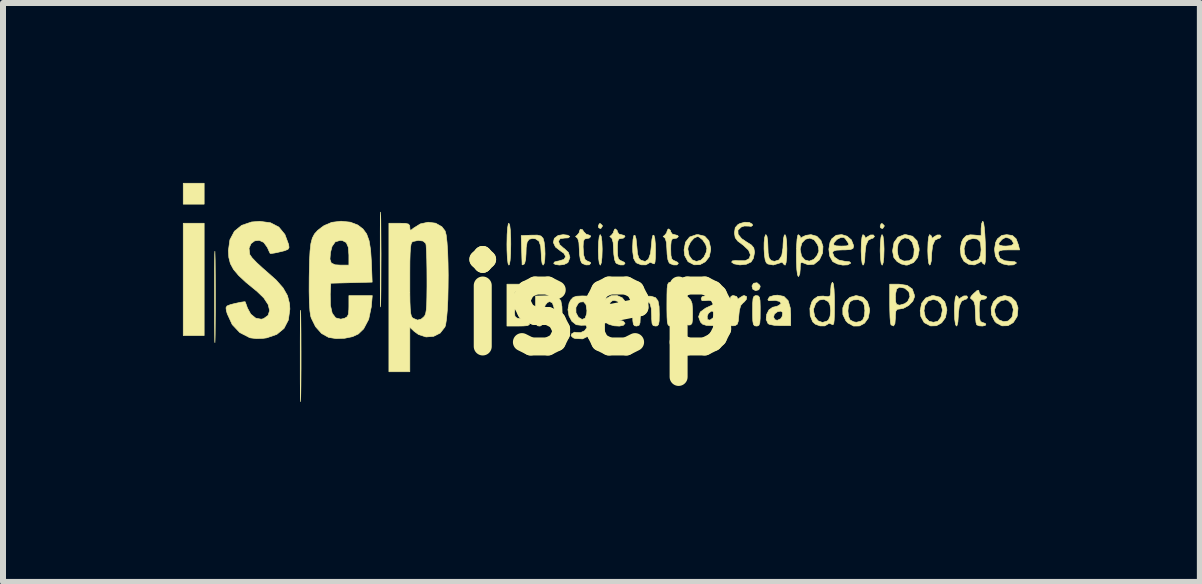
<source format=kicad_pcb>
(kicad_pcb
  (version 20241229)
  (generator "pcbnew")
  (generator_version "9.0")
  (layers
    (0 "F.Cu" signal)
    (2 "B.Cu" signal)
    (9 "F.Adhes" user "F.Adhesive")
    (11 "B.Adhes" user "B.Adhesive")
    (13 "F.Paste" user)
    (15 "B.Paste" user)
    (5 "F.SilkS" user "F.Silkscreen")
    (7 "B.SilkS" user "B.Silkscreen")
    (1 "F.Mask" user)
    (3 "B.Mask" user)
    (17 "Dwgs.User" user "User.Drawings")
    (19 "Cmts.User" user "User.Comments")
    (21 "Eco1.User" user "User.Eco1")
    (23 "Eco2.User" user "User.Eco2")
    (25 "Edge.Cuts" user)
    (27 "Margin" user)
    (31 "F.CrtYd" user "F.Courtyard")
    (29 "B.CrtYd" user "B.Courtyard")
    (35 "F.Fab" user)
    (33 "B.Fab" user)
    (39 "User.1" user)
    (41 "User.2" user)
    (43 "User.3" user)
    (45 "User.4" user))
  (footprint "isep"
    (layer "F.Cu")
    (at 6.958 2.037)
    (property "Reference" "isep" (at 0 0 0) (layer "F.SilkS") (effects (font (size 1.524 1.524) (thickness 0.3))))
    (attr through_hole)
    (fp_poly (pts (xy -6.604 -1.683) (xy -6.953 -1.683) (xy -6.953 -2.032) (xy -6.604 -2.032) (xy -6.604 -1.683)) (stroke (width 0.01) (type solid)) (fill yes) (layer "F.SilkS"))
    (fp_poly (pts (xy -6.604 0.508) (xy -6.953 0.508) (xy -6.953 -1.365) (xy -6.604 -1.365) (xy -6.604 0.508)) (stroke (width 0.01) (type solid)) (fill yes) (layer "F.SilkS"))
    (fp_poly (pts (xy 0.035 -1.326) (xy 0.037 -1.318) (xy 0.012 -1.28) (xy 0.002 -1.276) (xy -0.027 -1.291) (xy -0.032 -1.318) (xy -0.016 -1.357) (xy 0.002 -1.359) (xy 0.035 -1.326)) (stroke (width 0.01) (type solid)) (fill yes) (layer "F.SilkS"))
    (fp_poly (pts (xy 4.734 -1.326) (xy 4.736 -1.318) (xy 4.711 -1.28) (xy 4.701 -1.276) (xy 4.672 -1.291) (xy 4.667 -1.318) (xy 4.683 -1.357) (xy 4.701 -1.359) (xy 4.734 -1.326)) (stroke (width 0.01) (type solid)) (fill yes) (layer "F.SilkS"))
    (fp_poly (pts (xy 2.616 -0.371) (xy 2.66 -0.331) (xy 2.667 -0.306) (xy 2.643 -0.256) (xy 2.59 -0.241) (xy 2.544 -0.265) (xy 2.529 -0.319) (xy 2.556 -0.364) (xy 2.61 -0.373) (xy 2.616 -0.371)) (stroke (width 0.01) (type solid)) (fill yes) (layer "F.SilkS"))
    (fp_poly (pts (xy -1.51 -1.335) (xy -1.499 -1.249) (xy -1.493 -1.116) (xy -1.492 -1.016) (xy -1.495 -0.858) (xy -1.503 -0.743) (xy -1.515 -0.678) (xy -1.524 -0.667) (xy -1.538 -0.697) (xy -1.549 -0.783) (xy -1.555 -0.916) (xy -1.556 -1.016) (xy -1.553 -1.174) (xy -1.545 -1.289) (xy -1.533 -1.354) (xy -1.524 -1.365) (xy -1.51 -1.335)) (stroke (width 0.01) (type solid)) (fill yes) (layer "F.SilkS"))
    (fp_poly (pts (xy 0.016 -1.145) (xy 0.027 -1.064) (xy 0.032 -0.943) (xy 0.032 -0.921) (xy 0.028 -0.795) (xy 0.018 -0.707) (xy 0.003 -0.668) (xy 0 -0.667) (xy -0.016 -0.696) (xy -0.027 -0.778) (xy -0.032 -0.898) (xy -0.032 -0.921) (xy -0.028 -1.047) (xy -0.018 -1.135) (xy -0.003 -1.174) (xy 0 -1.175) (xy 0.016 -1.145)) (stroke (width 0.01) (type solid)) (fill yes) (layer "F.SilkS"))
    (fp_poly (pts (xy 4.715 -1.145) (xy 4.726 -1.064) (xy 4.731 -0.943) (xy 4.731 -0.921) (xy 4.727 -0.795) (xy 4.717 -0.707) (xy 4.702 -0.668) (xy 4.699 -0.667) (xy 4.683 -0.696) (xy 4.672 -0.778) (xy 4.667 -0.898) (xy 4.667 -0.921) (xy 4.671 -1.047) (xy 4.681 -1.135) (xy 4.696 -1.174) (xy 4.699 -1.175) (xy 4.715 -1.145)) (stroke (width 0.01) (type solid)) (fill yes) (layer "F.SilkS"))
    (fp_poly (pts (xy 2.635 -0.153) (xy 2.654 -0.129) (xy 2.664 -0.073) (xy 2.667 0.028) (xy 2.667 0.095) (xy 2.666 0.222) (xy 2.66 0.298) (xy 2.645 0.336) (xy 2.62 0.348) (xy 2.603 0.349) (xy 2.572 0.344) (xy 2.553 0.32) (xy 2.543 0.263) (xy 2.54 0.162) (xy 2.54 0.095) (xy 2.541 -0.031) (xy 2.547 -0.107) (xy 2.562 -0.145) (xy 2.587 -0.158) (xy 2.603 -0.159) (xy 2.635 -0.153)) (stroke (width 0.01) (type solid)) (fill yes) (layer "F.SilkS"))
    (fp_poly (pts (xy -6.425 -0.892) (xy -6.423 -0.827) (xy -6.421 -0.752) (xy -6.419 -0.5) (xy -6.418 -0.214) (xy -6.418 0.078) (xy -6.42 0.349) (xy -6.421 0.486) (xy -6.423 0.587) (xy -6.425 0.626) (xy -6.427 0.608) (xy -6.428 0.536) (xy -6.429 0.412) (xy -6.43 0.239) (xy -6.431 0.02) (xy -6.431 -0.143) (xy -6.431 -0.388) (xy -6.43 -0.59) (xy -6.429 -0.743) (xy -6.428 -0.847) (xy -6.426 -0.897) (xy -6.425 -0.892)) (stroke (width 0.01) (type solid)) (fill yes) (layer "F.SilkS"))
    (fp_poly (pts (xy -4.996 0.093) (xy -4.994 0.157) (xy -4.993 0.232) (xy -4.99 0.484) (xy -4.989 0.77) (xy -4.989 1.062) (xy -4.991 1.333) (xy -4.993 1.471) (xy -4.995 1.571) (xy -4.997 1.61) (xy -4.998 1.593) (xy -5 1.52) (xy -5.001 1.396) (xy -5.002 1.223) (xy -5.002 1.005) (xy -5.002 0.841) (xy -5.002 0.596) (xy -5.001 0.395) (xy -5 0.241) (xy -4.999 0.138) (xy -4.998 0.087) (xy -4.996 0.093)) (stroke (width 0.01) (type solid)) (fill yes) (layer "F.SilkS"))
    (fp_poly (pts (xy -3.661 -1.493) (xy -3.659 -1.405) (xy -3.657 -1.148) (xy -3.655 -0.855) (xy -3.656 -0.553) (xy -3.657 -0.271) (xy -3.659 -0.119) (xy -3.661 -0.014) (xy -3.663 0.03) (xy -3.665 0.016) (xy -3.666 -0.052) (xy -3.667 -0.173) (xy -3.668 -0.343) (xy -3.668 -0.559) (xy -3.669 -0.762) (xy -3.668 -1.013) (xy -3.668 -1.22) (xy -3.667 -1.38) (xy -3.666 -1.49) (xy -3.664 -1.548) (xy -3.663 -1.55) (xy -3.661 -1.493)) (stroke (width 0.01) (type solid)) (fill yes) (layer "F.SilkS"))
    (fp_poly (pts (xy 4.411 -1.15) (xy 4.413 -1.137) (xy 4.423 -1.115) (xy 4.451 -1.137) (xy 4.505 -1.169) (xy 4.554 -1.17) (xy 4.572 -1.143) (xy 4.546 -1.115) (xy 4.525 -1.111) (xy 4.468 -1.082) (xy 4.43 -0.997) (xy 4.414 -0.862) (xy 4.413 -0.828) (xy 4.408 -0.736) (xy 4.393 -0.678) (xy 4.381 -0.667) (xy 4.366 -0.696) (xy 4.355 -0.778) (xy 4.35 -0.898) (xy 4.35 -0.921) (xy 4.353 -1.047) (xy 4.364 -1.135) (xy 4.379 -1.174) (xy 4.381 -1.175) (xy 4.411 -1.15)) (stroke (width 0.01) (type solid)) (fill yes) (layer "F.SilkS"))
    (fp_poly (pts (xy 5.523 -1.15) (xy 5.524 -1.137) (xy 5.534 -1.115) (xy 5.563 -1.137) (xy 5.616 -1.169) (xy 5.665 -1.17) (xy 5.683 -1.143) (xy 5.658 -1.115) (xy 5.637 -1.111) (xy 5.58 -1.082) (xy 5.542 -0.997) (xy 5.525 -0.862) (xy 5.524 -0.828) (xy 5.519 -0.736) (xy 5.504 -0.678) (xy 5.493 -0.667) (xy 5.477 -0.696) (xy 5.466 -0.778) (xy 5.461 -0.898) (xy 5.461 -0.921) (xy 5.465 -1.047) (xy 5.475 -1.135) (xy 5.49 -1.174) (xy 5.493 -1.175) (xy 5.523 -1.15)) (stroke (width 0.01) (type solid)) (fill yes) (layer "F.SilkS"))
    (fp_poly (pts (xy 5.967 -0.134) (xy 5.969 -0.121) (xy 5.978 -0.099) (xy 6.007 -0.121) (xy 6.061 -0.153) (xy 6.11 -0.154) (xy 6.128 -0.127) (xy 6.102 -0.099) (xy 6.081 -0.095) (xy 6.024 -0.066) (xy 5.986 0.019) (xy 5.97 0.154) (xy 5.969 0.188) (xy 5.963 0.28) (xy 5.949 0.338) (xy 5.937 0.349) (xy 5.922 0.32) (xy 5.91 0.238) (xy 5.906 0.118) (xy 5.905 0.095) (xy 5.909 -0.031) (xy 5.919 -0.119) (xy 5.934 -0.158) (xy 5.937 -0.159) (xy 5.967 -0.134)) (stroke (width 0.01) (type solid)) (fill yes) (layer "F.SilkS"))
    (fp_poly (pts (xy 2.441 -0.14) (xy 2.436 -0.096) (xy 2.394 -0.047) (xy 2.383 -0.04) (xy 2.342 0.006) (xy 2.319 0.088) (xy 2.311 0.166) (xy 2.302 0.265) (xy 2.285 0.318) (xy 2.251 0.34) (xy 2.23 0.344) (xy 2.195 0.345) (xy 2.174 0.33) (xy 2.163 0.285) (xy 2.159 0.198) (xy 2.159 0.097) (xy 2.16 -0.03) (xy 2.166 -0.106) (xy 2.18 -0.145) (xy 2.205 -0.158) (xy 2.223 -0.159) (xy 2.274 -0.143) (xy 2.286 -0.121) (xy 2.295 -0.099) (xy 2.324 -0.121) (xy 2.38 -0.155) (xy 2.403 -0.159) (xy 2.441 -0.14)) (stroke (width 0.01) (type solid)) (fill yes) (layer "F.SilkS"))
    (fp_poly (pts (xy -0.545 -1.166) (xy -0.509 -1.146) (xy -0.508 -1.142) (xy -0.535 -1.121) (xy -0.595 -1.118) (xy -0.668 -1.108) (xy -0.696 -1.066) (xy -0.678 -1.009) (xy -0.613 -0.951) (xy -0.604 -0.946) (xy -0.531 -0.878) (xy -0.506 -0.796) (xy -0.535 -0.717) (xy -0.546 -0.705) (xy -0.604 -0.677) (xy -0.682 -0.668) (xy -0.751 -0.678) (xy -0.777 -0.696) (xy -0.762 -0.719) (xy -0.702 -0.735) (xy -0.691 -0.736) (xy -0.606 -0.762) (xy -0.577 -0.808) (xy -0.606 -0.864) (xy -0.661 -0.902) (xy -0.747 -0.969) (xy -0.782 -1.044) (xy -0.766 -1.113) (xy -0.703 -1.161) (xy -0.618 -1.175) (xy -0.545 -1.166)) (stroke (width 0.01) (type solid)) (fill yes) (layer "F.SilkS"))
    (fp_poly (pts (xy -0.773 -0.15) (xy -0.699 -0.126) (xy -0.657 -0.071) (xy -0.639 0.026) (xy -0.635 0.157) (xy -0.637 0.264) (xy -0.647 0.322) (xy -0.67 0.346) (xy -0.699 0.349) (xy -0.736 0.341) (xy -0.755 0.307) (xy -0.762 0.231) (xy -0.762 0.183) (xy -0.771 0.043) (xy -0.798 -0.037) (xy -0.843 -0.059) (xy -0.88 -0.044) (xy -0.918 0.001) (xy -0.939 0.089) (xy -0.946 0.17) (xy -0.955 0.273) (xy -0.97 0.328) (xy -0.998 0.348) (xy -1.018 0.349) (xy -1.049 0.343) (xy -1.067 0.318) (xy -1.076 0.259) (xy -1.079 0.155) (xy -1.079 0.099) (xy -1.079 -0.152) (xy -0.89 -0.155) (xy -0.773 -0.15)) (stroke (width 0.01) (type solid)) (fill yes) (layer "F.SilkS"))
    (fp_poly (pts (xy 5.667 -0.131) (xy 5.743 -0.055) (xy 5.777 0.061) (xy 5.779 0.089) (xy 5.755 0.208) (xy 5.692 0.295) (xy 5.605 0.344) (xy 5.507 0.347) (xy 5.411 0.298) (xy 5.397 0.286) (xy 5.344 0.188) (xy 5.334 0.095) (xy 5.397 0.095) (xy 5.42 0.204) (xy 5.482 0.269) (xy 5.554 0.286) (xy 5.627 0.27) (xy 5.673 0.213) (xy 5.683 0.191) (xy 5.705 0.082) (xy 5.683 -0.013) (xy 5.625 -0.076) (xy 5.554 -0.095) (xy 5.465 -0.068) (xy 5.411 0.008) (xy 5.397 0.095) (xy 5.334 0.095) (xy 5.358 -0.031) (xy 5.425 -0.118) (xy 5.528 -0.157) (xy 5.556 -0.159) (xy 5.667 -0.131)) (stroke (width 0.01) (type solid)) (fill yes) (layer "F.SilkS"))
    (fp_poly (pts (xy -0.989 -1.152) (xy -0.956 -1.117) (xy -0.953 -1.113) (xy -0.936 -1.051) (xy -0.925 -0.959) (xy -0.921 -0.856) (xy -0.925 -0.76) (xy -0.936 -0.691) (xy -0.953 -0.667) (xy -0.97 -0.696) (xy -0.981 -0.77) (xy -0.984 -0.851) (xy -0.993 -0.985) (xy -1.023 -1.067) (xy -1.079 -1.105) (xy -1.13 -1.111) (xy -1.186 -1.098) (xy -1.219 -1.051) (xy -1.235 -0.959) (xy -1.238 -0.857) (xy -1.244 -0.763) (xy -1.26 -0.698) (xy -1.27 -0.683) (xy -1.301 -0.671) (xy -1.303 -0.673) (xy -1.304 -0.707) (xy -1.307 -0.788) (xy -1.31 -0.9) (xy -1.311 -0.921) (xy -1.318 -1.159) (xy -1.152 -1.166) (xy -1.048 -1.167) (xy -0.989 -1.152)) (stroke (width 0.01) (type solid)) (fill yes) (layer "F.SilkS"))
    (fp_poly (pts (xy 0.847 -0.148) (xy 0.921 -0.125) (xy 0.963 -0.07) (xy 0.981 0.026) (xy 0.984 0.157) (xy 0.982 0.264) (xy 0.972 0.322) (xy 0.95 0.346) (xy 0.921 0.349) (xy 0.882 0.341) (xy 0.863 0.305) (xy 0.857 0.226) (xy 0.857 0.193) (xy 0.851 0.055) (xy 0.829 -0.027) (xy 0.791 -0.062) (xy 0.776 -0.064) (xy 0.721 -0.034) (xy 0.684 0.048) (xy 0.667 0.174) (xy 0.667 0.204) (xy 0.663 0.294) (xy 0.646 0.337) (xy 0.609 0.349) (xy 0.603 0.349) (xy 0.571 0.344) (xy 0.552 0.319) (xy 0.543 0.262) (xy 0.54 0.16) (xy 0.54 0.1) (xy 0.54 -0.15) (xy 0.73 -0.152) (xy 0.847 -0.148)) (stroke (width 0.01) (type solid)) (fill yes) (layer "F.SilkS"))
    (fp_poly (pts (xy -0.298 -1.259) (xy -0.274 -1.222) (xy -0.232 -1.18) (xy -0.207 -1.175) (xy -0.164 -1.158) (xy -0.159 -1.143) (xy -0.185 -1.117) (xy -0.222 -1.111) (xy -0.262 -1.102) (xy -0.281 -1.062) (xy -0.286 -0.977) (xy -0.286 -0.971) (xy -0.278 -0.837) (xy -0.253 -0.759) (xy -0.21 -0.731) (xy -0.203 -0.73) (xy -0.163 -0.712) (xy -0.159 -0.699) (xy -0.183 -0.672) (xy -0.238 -0.67) (xy -0.296 -0.693) (xy -0.311 -0.705) (xy -0.332 -0.756) (xy -0.346 -0.847) (xy -0.349 -0.924) (xy -0.356 -1.043) (xy -0.376 -1.112) (xy -0.389 -1.124) (xy -0.412 -1.145) (xy -0.389 -1.162) (xy -0.352 -1.206) (xy -0.349 -1.225) (xy -0.333 -1.266) (xy -0.298 -1.259)) (stroke (width 0.01) (type solid)) (fill yes) (layer "F.SilkS"))
    (fp_poly (pts (xy 0.909 -1.115) (xy 0.919 -1.013) (xy 0.921 -0.917) (xy 0.919 -0.79) (xy 0.913 -0.717) (xy 0.901 -0.688) (xy 0.881 -0.692) (xy 0.876 -0.696) (xy 0.829 -0.715) (xy 0.811 -0.7) (xy 0.76 -0.671) (xy 0.684 -0.672) (xy 0.61 -0.7) (xy 0.59 -0.717) (xy 0.557 -0.778) (xy 0.542 -0.887) (xy 0.54 -0.971) (xy 0.546 -1.095) (xy 0.56 -1.16) (xy 0.579 -1.164) (xy 0.597 -1.107) (xy 0.609 -0.987) (xy 0.61 -0.98) (xy 0.621 -0.856) (xy 0.644 -0.782) (xy 0.675 -0.75) (xy 0.749 -0.727) (xy 0.803 -0.765) (xy 0.838 -0.862) (xy 0.851 -0.98) (xy 0.862 -1.101) (xy 0.877 -1.162) (xy 0.894 -1.166) (xy 0.909 -1.115)) (stroke (width 0.01) (type solid)) (fill yes) (layer "F.SilkS"))
    (fp_poly (pts (xy 6.318 -0.209) (xy 6.318 -0.206) (xy 6.345 -0.168) (xy 6.382 -0.159) (xy 6.433 -0.145) (xy 6.445 -0.127) (xy 6.419 -0.101) (xy 6.382 -0.095) (xy 6.346 -0.088) (xy 6.327 -0.058) (xy 6.319 0.011) (xy 6.318 0.095) (xy 6.322 0.207) (xy 6.336 0.267) (xy 6.362 0.286) (xy 6.364 0.286) (xy 6.418 0.305) (xy 6.429 0.318) (xy 6.419 0.339) (xy 6.372 0.349) (xy 6.315 0.345) (xy 6.276 0.328) (xy 6.264 0.287) (xy 6.257 0.203) (xy 6.255 0.123) (xy 6.249 0.006) (xy 6.23 -0.061) (xy 6.203 -0.089) (xy 6.172 -0.115) (xy 6.183 -0.147) (xy 6.219 -0.186) (xy 6.28 -0.241) (xy 6.31 -0.248) (xy 6.318 -0.209)) (stroke (width 0.01) (type solid)) (fill yes) (layer "F.SilkS"))
    (fp_poly (pts (xy 6.853 -0.132) (xy 6.929 -0.059) (xy 6.965 0.046) (xy 6.954 0.172) (xy 6.948 0.193) (xy 6.886 0.291) (xy 6.798 0.343) (xy 6.698 0.346) (xy 6.604 0.297) (xy 6.575 0.266) (xy 6.522 0.158) (xy 6.519 0.095) (xy 6.572 0.095) (xy 6.595 0.186) (xy 6.652 0.248) (xy 6.726 0.276) (xy 6.801 0.265) (xy 6.859 0.21) (xy 6.871 0.183) (xy 6.887 0.074) (xy 6.86 -0.019) (xy 6.798 -0.078) (xy 6.757 -0.089) (xy 6.675 -0.07) (xy 6.607 -0.008) (xy 6.573 0.078) (xy 6.572 0.095) (xy 6.519 0.095) (xy 6.517 0.046) (xy 6.555 -0.054) (xy 6.63 -0.128) (xy 6.735 -0.159) (xy 6.744 -0.159) (xy 6.853 -0.132)) (stroke (width 0.01) (type solid)) (fill yes) (layer "F.SilkS"))
    (fp_poly (pts (xy 0.282 -1.244) (xy 0.286 -1.222) (xy 0.312 -1.184) (xy 0.349 -1.175) (xy 0.401 -1.161) (xy 0.413 -1.143) (xy 0.386 -1.117) (xy 0.349 -1.111) (xy 0.313 -1.104) (xy 0.294 -1.071) (xy 0.287 -0.999) (xy 0.286 -0.934) (xy 0.289 -0.829) (xy 0.303 -0.772) (xy 0.332 -0.745) (xy 0.349 -0.739) (xy 0.401 -0.714) (xy 0.413 -0.695) (xy 0.388 -0.67) (xy 0.334 -0.67) (xy 0.276 -0.692) (xy 0.26 -0.705) (xy 0.239 -0.756) (xy 0.226 -0.847) (xy 0.222 -0.924) (xy 0.215 -1.043) (xy 0.195 -1.112) (xy 0.183 -1.124) (xy 0.159 -1.145) (xy 0.183 -1.162) (xy 0.219 -1.206) (xy 0.222 -1.225) (xy 0.24 -1.266) (xy 0.254 -1.27) (xy 0.282 -1.244)) (stroke (width 0.01) (type solid)) (fill yes) (layer "F.SilkS"))
    (fp_poly (pts (xy 1.171 -1.244) (xy 1.175 -1.222) (xy 1.201 -1.184) (xy 1.238 -1.175) (xy 1.29 -1.161) (xy 1.302 -1.143) (xy 1.275 -1.117) (xy 1.238 -1.111) (xy 1.202 -1.104) (xy 1.183 -1.071) (xy 1.176 -0.999) (xy 1.175 -0.934) (xy 1.178 -0.829) (xy 1.192 -0.772) (xy 1.221 -0.745) (xy 1.238 -0.739) (xy 1.29 -0.714) (xy 1.302 -0.695) (xy 1.277 -0.67) (xy 1.223 -0.67) (xy 1.165 -0.692) (xy 1.149 -0.705) (xy 1.128 -0.756) (xy 1.115 -0.847) (xy 1.111 -0.924) (xy 1.104 -1.043) (xy 1.084 -1.112) (xy 1.072 -1.124) (xy 1.048 -1.145) (xy 1.072 -1.162) (xy 1.108 -1.206) (xy 1.111 -1.225) (xy 1.129 -1.266) (xy 1.143 -1.27) (xy 1.171 -1.244)) (stroke (width 0.01) (type solid)) (fill yes) (layer "F.SilkS"))
    (fp_poly (pts (xy 1.741 -1.149) (xy 1.811 -1.073) (xy 1.841 -0.95) (xy 1.841 -0.919) (xy 1.817 -0.806) (xy 1.752 -0.723) (xy 1.663 -0.675) (xy 1.565 -0.672) (xy 1.471 -0.72) (xy 1.46 -0.73) (xy 1.407 -0.828) (xy 1.397 -0.921) (xy 1.4 -0.935) (xy 1.46 -0.935) (xy 1.481 -0.827) (xy 1.532 -0.756) (xy 1.603 -0.728) (xy 1.678 -0.75) (xy 1.729 -0.801) (xy 1.767 -0.882) (xy 1.778 -0.944) (xy 1.757 -1.014) (xy 1.708 -1.086) (xy 1.649 -1.135) (xy 1.619 -1.143) (xy 1.562 -1.116) (xy 1.505 -1.052) (xy 1.467 -0.974) (xy 1.46 -0.935) (xy 1.4 -0.935) (xy 1.421 -1.049) (xy 1.489 -1.135) (xy 1.598 -1.173) (xy 1.633 -1.175) (xy 1.741 -1.149)) (stroke (width 0.01) (type solid)) (fill yes) (layer "F.SilkS"))
    (fp_poly (pts (xy 4.381 -0.132) (xy 4.456 -0.055) (xy 4.49 0.063) (xy 4.491 0.095) (xy 4.468 0.216) (xy 4.406 0.302) (xy 4.32 0.348) (xy 4.223 0.349) (xy 4.129 0.298) (xy 4.095 0.262) (xy 4.045 0.157) (xy 4.044 0.098) (xy 4.129 0.098) (xy 4.139 0.19) (xy 4.166 0.248) (xy 4.227 0.279) (xy 4.27 0.286) (xy 4.343 0.269) (xy 4.375 0.248) (xy 4.403 0.185) (xy 4.412 0.092) (xy 4.402 0.001) (xy 4.375 -0.057) (xy 4.303 -0.091) (xy 4.217 -0.086) (xy 4.166 -0.057) (xy 4.138 0.006) (xy 4.129 0.098) (xy 4.044 0.098) (xy 4.044 0.046) (xy 4.084 -0.054) (xy 4.159 -0.128) (xy 4.262 -0.159) (xy 4.27 -0.159) (xy 4.381 -0.132)) (stroke (width 0.01) (type solid)) (fill yes) (layer "F.SilkS"))
    (fp_poly (pts (xy -1.25 -0.345) (xy -1.193 -0.332) (xy -1.182 -0.31) (xy -1.22 -0.281) (xy -1.295 -0.262) (xy -1.312 -0.26) (xy -1.389 -0.248) (xy -1.422 -0.219) (xy -1.429 -0.157) (xy -1.422 -0.094) (xy -1.39 -0.068) (xy -1.318 -0.064) (xy -1.235 -0.053) (xy -1.207 -0.02) (xy -1.206 -0.016) (xy -1.231 0.019) (xy -1.308 0.032) (xy -1.318 0.032) (xy -1.392 0.037) (xy -1.423 0.064) (xy -1.429 0.125) (xy -1.422 0.187) (xy -1.39 0.216) (xy -1.313 0.228) (xy -1.31 0.228) (xy -1.219 0.248) (xy -1.182 0.289) (xy -1.181 0.294) (xy -1.183 0.325) (xy -1.214 0.342) (xy -1.286 0.348) (xy -1.363 0.349) (xy -1.556 0.349) (xy -1.556 -0.349) (xy -1.363 -0.349) (xy -1.25 -0.345)) (stroke (width 0.01) (type solid)) (fill yes) (layer "F.SilkS"))
    (fp_poly (pts (xy 5.207 -1.148) (xy 5.281 -1.072) (xy 5.315 -0.952) (xy 5.317 -0.915) (xy 5.292 -0.795) (xy 5.223 -0.709) (xy 5.122 -0.668) (xy 5.096 -0.667) (xy 5.018 -0.686) (xy 4.949 -0.727) (xy 4.895 -0.793) (xy 4.876 -0.888) (xy 4.875 -0.915) (xy 4.877 -0.925) (xy 4.953 -0.925) (xy 4.963 -0.837) (xy 4.986 -0.774) (xy 4.991 -0.768) (xy 5.063 -0.734) (xy 5.148 -0.74) (xy 5.205 -0.776) (xy 5.228 -0.836) (xy 5.234 -0.925) (xy 5.233 -0.939) (xy 5.203 -1.046) (xy 5.146 -1.107) (xy 5.078 -1.122) (xy 5.013 -1.091) (xy 4.966 -1.017) (xy 4.953 -0.925) (xy 4.877 -0.925) (xy 4.898 -1.045) (xy 4.963 -1.133) (xy 5.065 -1.173) (xy 5.096 -1.175) (xy 5.207 -1.148)) (stroke (width 0.01) (type solid)) (fill yes) (layer "F.SilkS"))
    (fp_poly (pts (xy 3.095 -1.145) (xy 3.107 -1.064) (xy 3.111 -0.943) (xy 3.111 -0.921) (xy 3.108 -0.795) (xy 3.098 -0.707) (xy 3.083 -0.668) (xy 3.08 -0.667) (xy 3.049 -0.691) (xy 3.048 -0.7) (xy 3.029 -0.716) (xy 2.987 -0.7) (xy 2.885 -0.669) (xy 2.796 -0.685) (xy 2.769 -0.705) (xy 2.75 -0.752) (xy 2.737 -0.836) (xy 2.731 -0.939) (xy 2.732 -1.041) (xy 2.74 -1.125) (xy 2.755 -1.171) (xy 2.762 -1.175) (xy 2.78 -1.146) (xy 2.791 -1.072) (xy 2.794 -1.003) (xy 2.799 -0.867) (xy 2.816 -0.784) (xy 2.85 -0.742) (xy 2.906 -0.73) (xy 2.907 -0.73) (xy 2.98 -0.754) (xy 3.026 -0.827) (xy 3.046 -0.953) (xy 3.048 -1.014) (xy 3.054 -1.105) (xy 3.068 -1.163) (xy 3.08 -1.175) (xy 3.095 -1.145)) (stroke (width 0.01) (type solid)) (fill yes) (layer "F.SilkS"))
    (fp_poly (pts (xy 2.485 -1.378) (xy 2.533 -1.351) (xy 2.54 -1.329) (xy 2.515 -1.312) (xy 2.478 -1.317) (xy 2.401 -1.319) (xy 2.349 -1.301) (xy 2.295 -1.248) (xy 2.298 -1.181) (xy 2.356 -1.109) (xy 2.437 -1.054) (xy 2.521 -1.001) (xy 2.56 -0.953) (xy 2.572 -0.888) (xy 2.572 -0.876) (xy 2.553 -0.78) (xy 2.514 -0.719) (xy 2.434 -0.681) (xy 2.328 -0.67) (xy 2.23 -0.688) (xy 2.19 -0.716) (xy 2.202 -0.737) (xy 2.258 -0.744) (xy 2.302 -0.74) (xy 2.416 -0.74) (xy 2.484 -0.776) (xy 2.504 -0.838) (xy 2.473 -0.915) (xy 2.387 -0.997) (xy 2.373 -1.007) (xy 2.291 -1.069) (xy 2.25 -1.124) (xy 2.239 -1.192) (xy 2.238 -1.207) (xy 2.25 -1.291) (xy 2.295 -1.342) (xy 2.326 -1.359) (xy 2.408 -1.382) (xy 2.485 -1.378)) (stroke (width 0.01) (type solid)) (fill yes) (layer "F.SilkS"))
    (fp_poly (pts (xy 3.062 -0.145) (xy 3.132 -0.075) (xy 3.168 0.047) (xy 3.175 0.158) (xy 3.175 0.341) (xy 3.004 0.342) (xy 2.902 0.337) (xy 2.824 0.322) (xy 2.798 0.309) (xy 2.766 0.239) (xy 2.77 0.2) (xy 2.889 0.2) (xy 2.912 0.243) (xy 2.951 0.254) (xy 3.009 0.227) (xy 3.033 0.188) (xy 3.042 0.121) (xy 3.009 0.1) (xy 2.955 0.11) (xy 2.904 0.148) (xy 2.889 0.2) (xy 2.77 0.2) (xy 2.774 0.155) (xy 2.813 0.079) (xy 2.875 0.035) (xy 2.899 0.031) (xy 2.957 0.015) (xy 2.985 -0.000487) (xy 3.016 -0.03) (xy 2.991 -0.058) (xy 2.985 -0.062) (xy 2.918 -0.079) (xy 2.866 -0.075) (xy 2.81 -0.073) (xy 2.794 -0.09) (xy 2.82 -0.137) (xy 2.9 -0.162) (xy 2.958 -0.166) (xy 3.062 -0.145)) (stroke (width 0.01) (type solid)) (fill yes) (layer "F.SilkS"))
    (fp_poly (pts (xy 1.913 -0.15) (xy 1.981 -0.129) (xy 1.994 -0.121) (xy 2.015 -0.069) (xy 2.028 0.029) (xy 2.032 0.128) (xy 2.032 0.338) (xy 1.874 0.342) (xy 1.768 0.338) (xy 1.705 0.317) (xy 1.671 0.282) (xy 1.639 0.194) (xy 1.642 0.186) (xy 1.783 0.186) (xy 1.786 0.24) (xy 1.824 0.25) (xy 1.831 0.249) (xy 1.881 0.212) (xy 1.9 0.164) (xy 1.897 0.109) (xy 1.859 0.1) (xy 1.852 0.101) (xy 1.802 0.138) (xy 1.783 0.186) (xy 1.642 0.186) (xy 1.668 0.115) (xy 1.755 0.051) (xy 1.783 0.038) (xy 1.859 0.003) (xy 1.902 -0.026) (xy 1.905 -0.033) (xy 1.878 -0.066) (xy 1.814 -0.08) (xy 1.749 -0.074) (xy 1.696 -0.074) (xy 1.683 -0.107) (xy 1.699 -0.141) (xy 1.756 -0.156) (xy 1.819 -0.159) (xy 1.913 -0.15)) (stroke (width 0.01) (type solid)) (fill yes) (layer "F.SilkS"))
    (fp_poly (pts (xy 5.117 -0.329) (xy 5.202 -0.269) (xy 5.237 -0.168) (xy 5.239 -0.138) (xy 5.211 -0.065) (xy 5.143 0.005) (xy 5.056 0.053) (xy 4.996 0.064) (xy 4.95 0.07) (xy 4.928 0.101) (xy 4.921 0.174) (xy 4.921 0.206) (xy 4.913 0.308) (xy 4.89 0.348) (xy 4.849 0.33) (xy 4.847 0.328) (xy 4.838 0.289) (xy 4.831 0.201) (xy 4.827 0.079) (xy 4.826 -0.021) (xy 4.826 -0.139) (xy 4.921 -0.139) (xy 4.925 -0.052) (xy 4.942 -0.012) (xy 4.982 -0.000275) (xy 4.996 0) (xy 5.074 -0.023) (xy 5.126 -0.061) (xy 5.163 -0.141) (xy 5.146 -0.221) (xy 5.08 -0.279) (xy 5.069 -0.284) (xy 4.989 -0.299) (xy 4.942 -0.269) (xy 4.923 -0.186) (xy 4.921 -0.139) (xy 4.826 -0.139) (xy 4.826 -0.349) (xy 4.983 -0.349) (xy 5.117 -0.329)) (stroke (width 0.01) (type solid)) (fill yes) (layer "F.SilkS"))
    (fp_poly (pts (xy 0.366 -0.122) (xy 0.427 -0.046) (xy 0.445 0.037) (xy 0.44 0.092) (xy 0.415 0.118) (xy 0.353 0.126) (xy 0.299 0.127) (xy 0.21 0.131) (xy 0.17 0.147) (xy 0.164 0.18) (xy 0.165 0.183) (xy 0.198 0.226) (xy 0.284 0.247) (xy 0.294 0.248) (xy 0.382 0.267) (xy 0.413 0.303) (xy 0.413 0.304) (xy 0.386 0.336) (xy 0.319 0.35) (xy 0.233 0.345) (xy 0.148 0.322) (xy 0.094 0.291) (xy 0.04 0.211) (xy 0.02 0.102) (xy 0.035 -0.01) (xy 0.05 -0.037) (xy 0.159 -0.037) (xy 0.169 0.005) (xy 0.219 0.03) (xy 0.238 0.032) (xy 0.301 0.016) (xy 0.318 -0.013) (xy 0.292 -0.063) (xy 0.231 -0.078) (xy 0.198 -0.071) (xy 0.159 -0.037) (xy 0.05 -0.037) (xy 0.086 -0.1) (xy 0.088 -0.102) (xy 0.179 -0.156) (xy 0.277 -0.161) (xy 0.366 -0.122)) (stroke (width 0.01) (type solid)) (fill yes) (layer "F.SilkS"))
    (fp_poly (pts (xy 6.873 -1.16) (xy 6.933 -1.106) (xy 6.97 -1.008) (xy 6.992 -0.921) (xy 6.814 -0.921) (xy 6.711 -0.918) (xy 6.657 -0.905) (xy 6.637 -0.879) (xy 6.636 -0.864) (xy 6.662 -0.784) (xy 6.74 -0.74) (xy 6.834 -0.73) (xy 6.912 -0.723) (xy 6.939 -0.704) (xy 6.937 -0.699) (xy 6.888 -0.671) (xy 6.805 -0.667) (xy 6.715 -0.686) (xy 6.643 -0.723) (xy 6.636 -0.73) (xy 6.588 -0.818) (xy 6.573 -0.932) (xy 6.591 -1.035) (xy 6.645 -1.035) (xy 6.65 -1.001) (xy 6.712 -0.986) (xy 6.763 -0.984) (xy 6.852 -0.992) (xy 6.888 -1.019) (xy 6.89 -1.031) (xy 6.864 -1.081) (xy 6.824 -1.113) (xy 6.761 -1.13) (xy 6.702 -1.098) (xy 6.697 -1.093) (xy 6.645 -1.035) (xy 6.591 -1.035) (xy 6.593 -1.047) (xy 6.622 -1.104) (xy 6.694 -1.162) (xy 6.777 -1.175) (xy 6.873 -1.16)) (stroke (width 0.01) (type solid)) (fill yes) (layer "F.SilkS"))
    (fp_poly (pts (xy -0.269 -0.152) (xy -0.095 -0.148) (xy -0.095 0.146) (xy -0.096 0.285) (xy -0.102 0.376) (xy -0.115 0.433) (xy -0.14 0.472) (xy -0.179 0.506) (xy -0.294 0.563) (xy -0.418 0.557) (xy -0.451 0.545) (xy -0.487 0.511) (xy -0.478 0.48) (xy -0.429 0.451) (xy -0.398 0.456) (xy -0.327 0.458) (xy -0.26 0.427) (xy -0.224 0.376) (xy -0.222 0.365) (xy -0.241 0.334) (xy -0.304 0.336) (xy -0.313 0.337) (xy -0.401 0.327) (xy -0.473 0.27) (xy -0.521 0.181) (xy -0.539 0.076) (xy -0.532 0.039) (xy -0.406 0.039) (xy -0.405 0.127) (xy -0.364 0.203) (xy -0.302 0.239) (xy -0.253 0.218) (xy -0.226 0.145) (xy -0.222 0.091) (xy -0.237 -0.007) (xy -0.278 -0.056) (xy -0.338 -0.05) (xy -0.366 -0.031) (xy -0.406 0.039) (xy -0.532 0.039) (xy -0.52 -0.031) (xy -0.491 -0.087) (xy -0.451 -0.129) (xy -0.394 -0.148) (xy -0.299 -0.153) (xy -0.269 -0.152)) (stroke (width 0.01) (type solid)) (fill yes) (layer "F.SilkS"))
    (fp_poly (pts (xy 4.115 -1.149) (xy 4.187 -1.087) (xy 4.222 -0.997) (xy 4.223 -0.977) (xy 4.213 -0.944) (xy 4.173 -0.927) (xy 4.089 -0.921) (xy 4.048 -0.921) (xy 3.941 -0.916) (xy 3.887 -0.9) (xy 3.873 -0.875) (xy 3.902 -0.803) (xy 3.977 -0.751) (xy 4.081 -0.73) (xy 4.084 -0.73) (xy 4.155 -0.723) (xy 4.177 -0.702) (xy 4.175 -0.699) (xy 4.125 -0.671) (xy 4.043 -0.667) (xy 3.953 -0.686) (xy 3.881 -0.723) (xy 3.873 -0.73) (xy 3.825 -0.818) (xy 3.811 -0.932) (xy 3.828 -1.033) (xy 3.894 -1.033) (xy 3.894 -1.002) (xy 3.934 -0.988) (xy 4.018 -0.984) (xy 4.105 -0.987) (xy 4.14 -0.999) (xy 4.138 -1.028) (xy 4.128 -1.046) (xy 4.088 -1.104) (xy 4.064 -1.127) (xy 4.011 -1.128) (xy 3.946 -1.095) (xy 3.898 -1.042) (xy 3.894 -1.033) (xy 3.828 -1.033) (xy 3.831 -1.047) (xy 3.859 -1.104) (xy 3.933 -1.164) (xy 4.025 -1.176) (xy 4.115 -1.149)) (stroke (width 0.01) (type solid)) (fill yes) (layer "F.SilkS"))
    (fp_poly (pts (xy 1.216 -0.37) (xy 1.235 -0.327) (xy 1.238 -0.255) (xy 1.241 -0.175) (xy 1.257 -0.145) (xy 1.296 -0.151) (xy 1.316 -0.158) (xy 1.391 -0.169) (xy 1.464 -0.131) (xy 1.466 -0.129) (xy 1.507 -0.086) (xy 1.53 -0.029) (xy 1.538 0.061) (xy 1.539 0.132) (xy 1.538 0.242) (xy 1.529 0.303) (xy 1.508 0.328) (xy 1.476 0.333) (xy 1.44 0.325) (xy 1.418 0.29) (xy 1.404 0.214) (xy 1.397 0.143) (xy 1.385 0.036) (xy 1.369 -0.022) (xy 1.342 -0.045) (xy 1.318 -0.048) (xy 1.282 -0.04) (xy 1.261 -0.008) (xy 1.25 0.062) (xy 1.245 0.151) (xy 1.237 0.26) (xy 1.224 0.321) (xy 1.2 0.345) (xy 1.173 0.349) (xy 1.147 0.345) (xy 1.129 0.325) (xy 1.118 0.279) (xy 1.113 0.196) (xy 1.111 0.065) (xy 1.111 -0.016) (xy 1.112 -0.173) (xy 1.115 -0.277) (xy 1.123 -0.339) (xy 1.137 -0.37) (xy 1.159 -0.38) (xy 1.175 -0.381) (xy 1.216 -0.37)) (stroke (width 0.01) (type solid)) (fill yes) (layer "F.SilkS"))
    (fp_poly (pts (xy 6.392 -1.368) (xy 6.403 -1.291) (xy 6.412 -1.181) (xy 6.419 -1.053) (xy 6.422 -0.924) (xy 6.423 -0.809) (xy 6.419 -0.723) (xy 6.41 -0.681) (xy 6.408 -0.679) (xy 6.381 -0.691) (xy 6.373 -0.706) (xy 6.351 -0.73) (xy 6.316 -0.706) (xy 6.236 -0.67) (xy 6.141 -0.681) (xy 6.064 -0.73) (xy 6.016 -0.818) (xy 6.002 -0.933) (xy 6.004 -0.948) (xy 6.066 -0.948) (xy 6.074 -0.85) (xy 6.114 -0.772) (xy 6.181 -0.732) (xy 6.202 -0.73) (xy 6.276 -0.746) (xy 6.312 -0.768) (xy 6.339 -0.829) (xy 6.35 -0.922) (xy 6.342 -1.019) (xy 6.331 -1.061) (xy 6.286 -1.101) (xy 6.214 -1.111) (xy 6.141 -1.091) (xy 6.097 -1.05) (xy 6.066 -0.948) (xy 6.004 -0.948) (xy 6.023 -1.049) (xy 6.052 -1.107) (xy 6.101 -1.156) (xy 6.168 -1.172) (xy 6.227 -1.169) (xy 6.35 -1.157) (xy 6.35 -1.277) (xy 6.357 -1.354) (xy 6.374 -1.395) (xy 6.38 -1.397) (xy 6.392 -1.368)) (stroke (width 0.01) (type solid)) (fill yes) (layer "F.SilkS"))
    (fp_poly (pts (xy 3.888 -0.351) (xy 3.898 -0.264) (xy 3.904 -0.13) (xy 3.905 -0.012) (xy 3.904 0.146) (xy 3.9 0.25) (xy 3.893 0.307) (xy 3.88 0.328) (xy 3.86 0.32) (xy 3.86 0.32) (xy 3.813 0.301) (xy 3.795 0.316) (xy 3.743 0.347) (xy 3.665 0.347) (xy 3.586 0.318) (xy 3.542 0.279) (xy 3.5 0.174) (xy 3.497 0.095) (xy 3.556 0.095) (xy 3.577 0.195) (xy 3.632 0.262) (xy 3.705 0.289) (xy 3.781 0.266) (xy 3.804 0.248) (xy 3.832 0.185) (xy 3.841 0.092) (xy 3.831 0.001) (xy 3.804 -0.057) (xy 3.729 -0.097) (xy 3.653 -0.085) (xy 3.592 -0.029) (xy 3.558 0.061) (xy 3.556 0.095) (xy 3.497 0.095) (xy 3.495 0.054) (xy 3.527 -0.054) (xy 3.56 -0.099) (xy 3.63 -0.146) (xy 3.718 -0.151) (xy 3.734 -0.148) (xy 3.803 -0.14) (xy 3.834 -0.158) (xy 3.842 -0.216) (xy 3.842 -0.256) (xy 3.849 -0.335) (xy 3.867 -0.378) (xy 3.873 -0.381) (xy 3.888 -0.351)) (stroke (width 0.01) (type solid)) (fill yes) (layer "F.SilkS"))
    (fp_poly (pts (xy 3.611 -1.148) (xy 3.679 -1.078) (xy 3.713 -0.98) (xy 3.707 -0.869) (xy 3.657 -0.761) (xy 3.649 -0.75) (xy 3.564 -0.681) (xy 3.465 -0.673) (xy 3.395 -0.7) (xy 3.356 -0.714) (xy 3.338 -0.694) (xy 3.334 -0.625) (xy 3.334 -0.604) (xy 3.327 -0.524) (xy 3.309 -0.48) (xy 3.302 -0.476) (xy 3.288 -0.507) (xy 3.277 -0.592) (xy 3.271 -0.725) (xy 3.27 -0.826) (xy 3.272 -0.921) (xy 3.334 -0.921) (xy 3.356 -0.817) (xy 3.411 -0.753) (xy 3.484 -0.733) (xy 3.561 -0.763) (xy 3.616 -0.829) (xy 3.645 -0.9) (xy 3.637 -0.969) (xy 3.621 -1.012) (xy 3.565 -1.09) (xy 3.493 -1.117) (xy 3.421 -1.098) (xy 3.363 -1.038) (xy 3.334 -0.942) (xy 3.334 -0.921) (xy 3.272 -0.921) (xy 3.273 -0.983) (xy 3.281 -1.098) (xy 3.293 -1.163) (xy 3.302 -1.175) (xy 3.332 -1.15) (xy 3.334 -1.137) (xy 3.343 -1.115) (xy 3.372 -1.137) (xy 3.429 -1.163) (xy 3.512 -1.175) (xy 3.513 -1.175) (xy 3.611 -1.148)) (stroke (width 0.01) (type solid)) (fill yes) (layer "F.SilkS"))
    (fp_poly (pts (xy -4.167 -1.383) (xy -4.042 -1.335) (xy -3.956 -1.269) (xy -3.895 -1.186) (xy -3.854 -1.073) (xy -3.829 -0.92) (xy -3.816 -0.723) (xy -3.803 -0.383) (xy -4.148 -0.374) (xy -4.493 -0.365) (xy -4.502 -0.185) (xy -4.499 0.003) (xy -4.469 0.136) (xy -4.411 0.213) (xy -4.326 0.234) (xy -4.262 0.219) (xy -4.221 0.195) (xy -4.199 0.153) (xy -4.192 0.072) (xy -4.191 0.017) (xy -4.191 -0.159) (xy -3.801 -0.159) (xy -3.818 0.032) (xy -3.861 0.237) (xy -3.945 0.396) (xy -4.033 0.481) (xy -4.13 0.526) (xy -4.262 0.553) (xy -4.403 0.558) (xy -4.527 0.539) (xy -4.53 0.538) (xy -4.646 0.473) (xy -4.747 0.36) (xy -4.818 0.216) (xy -4.828 0.184) (xy -4.841 0.097) (xy -4.85 -0.044) (xy -4.854 -0.232) (xy -4.853 -0.456) (xy -4.852 -0.511) (xy -4.847 -0.732) (xy -4.846 -0.766) (xy -4.507 -0.766) (xy -4.484 -0.701) (xy -4.419 -0.672) (xy -4.335 -0.667) (xy -4.191 -0.667) (xy -4.191 -0.835) (xy -4.201 -0.965) (xy -4.235 -1.043) (xy -4.298 -1.076) (xy -4.336 -1.079) (xy -4.418 -1.055) (xy -4.472 -0.978) (xy -4.498 -0.877) (xy -4.507 -0.766) (xy -4.846 -0.766) (xy -4.839 -0.9) (xy -4.825 -1.025) (xy -4.801 -1.117) (xy -4.765 -1.186) (xy -4.714 -1.243) (xy -4.644 -1.298) (xy -4.604 -1.326) (xy -4.477 -1.38) (xy -4.322 -1.399) (xy -4.167 -1.383)) (stroke (width 0.01) (type solid)) (fill yes) (layer "F.SilkS"))
    (fp_poly (pts (xy -2.745 -1.366) (xy -2.641 -1.307) (xy -2.587 -1.237) (xy -2.569 -1.169) (xy -2.555 -1.049) (xy -2.544 -0.889) (xy -2.538 -0.702) (xy -2.535 -0.499) (xy -2.537 -0.293) (xy -2.541 -0.095) (xy -2.55 0.083) (xy -2.563 0.229) (xy -2.579 0.332) (xy -2.59 0.365) (xy -2.669 0.466) (xy -2.779 0.521) (xy -2.905 0.531) (xy -3.029 0.491) (xy -3.102 0.438) (xy -3.175 0.37) (xy -3.175 1.111) (xy -3.524 1.111) (xy -3.524 -0.427) (xy -3.175 -0.427) (xy -3.175 -0.213) (xy -3.173 -0.054) (xy -3.168 0.059) (xy -3.161 0.135) (xy -3.15 0.181) (xy -3.135 0.208) (xy -3.119 0.22) (xy -3.046 0.25) (xy -2.986 0.233) (xy -2.947 0.201) (xy -2.926 0.177) (xy -2.911 0.14) (xy -2.901 0.083) (xy -2.894 -0.005) (xy -2.891 -0.134) (xy -2.889 -0.312) (xy -2.889 -0.415) (xy -2.89 -0.601) (xy -2.893 -0.767) (xy -2.898 -0.901) (xy -2.903 -0.993) (xy -2.909 -1.029) (xy -2.954 -1.068) (xy -3.035 -1.079) (xy -3.125 -1.06) (xy -3.142 -1.046) (xy -3.155 -1.014) (xy -3.164 -0.955) (xy -3.17 -0.862) (xy -3.174 -0.726) (xy -3.175 -0.538) (xy -3.175 -0.427) (xy -3.524 -0.427) (xy -3.524 -1.365) (xy -3.35 -1.365) (xy -3.249 -1.363) (xy -3.197 -1.351) (xy -3.177 -1.325) (xy -3.175 -1.297) (xy -3.171 -1.25) (xy -3.147 -1.255) (xy -3.117 -1.281) (xy -3 -1.354) (xy -2.87 -1.382) (xy -2.745 -1.366)) (stroke (width 0.01) (type solid)) (fill yes) (layer "F.SilkS"))
    (fp_poly (pts (xy -5.498 -1.373) (xy -5.359 -1.301) (xy -5.258 -1.178) (xy -5.196 -1.011) (xy -5.189 -0.961) (xy -5.207 -0.93) (xy -5.263 -0.907) (xy -5.336 -0.889) (xy -5.428 -0.869) (xy -5.489 -0.86) (xy -5.504 -0.862) (xy -5.521 -0.896) (xy -5.55 -0.961) (xy -5.61 -1.045) (xy -5.686 -1.08) (xy -5.762 -1.071) (xy -5.823 -1.025) (xy -5.856 -0.948) (xy -5.844 -0.846) (xy -5.841 -0.839) (xy -5.805 -0.788) (xy -5.731 -0.71) (xy -5.632 -0.619) (xy -5.571 -0.566) (xy -5.404 -0.418) (xy -5.288 -0.286) (xy -5.215 -0.158) (xy -5.181 -0.026) (xy -5.175 0.066) (xy -5.2 0.248) (xy -5.273 0.389) (xy -5.393 0.488) (xy -5.561 0.546) (xy -5.627 0.555) (xy -5.734 0.558) (xy -5.828 0.547) (xy -5.845 0.543) (xy -6.01 0.458) (xy -6.136 0.325) (xy -6.219 0.145) (xy -6.234 0.093) (xy -6.24 0.044) (xy -6.222 0.014) (xy -6.164 -0.009) (xy -6.091 -0.027) (xy -5.998 -0.047) (xy -5.936 -0.056) (xy -5.921 -0.056) (xy -5.908 -0.023) (xy -5.884 0.044) (xy -5.884 0.046) (xy -5.827 0.15) (xy -5.745 0.217) (xy -5.652 0.235) (xy -5.614 0.226) (xy -5.538 0.171) (xy -5.513 0.09) (xy -5.537 -0.009) (xy -5.61 -0.12) (xy -5.729 -0.235) (xy -5.735 -0.239) (xy -5.906 -0.379) (xy -6.03 -0.495) (xy -6.115 -0.596) (xy -6.167 -0.692) (xy -6.193 -0.794) (xy -6.2 -0.909) (xy -6.175 -1.089) (xy -6.1 -1.231) (xy -5.979 -1.33) (xy -5.814 -1.386) (xy -5.678 -1.397) (xy -5.498 -1.373)) (stroke (width 0.01) (type solid)) (fill yes) (layer "F.SilkS")))
  (gr_rect
    (start -3 -3)
    (end 16.955 6.652)
    (stroke (width 0.1) (type default))
    (fill no)
    (layer "Edge.Cuts")))
</source>
